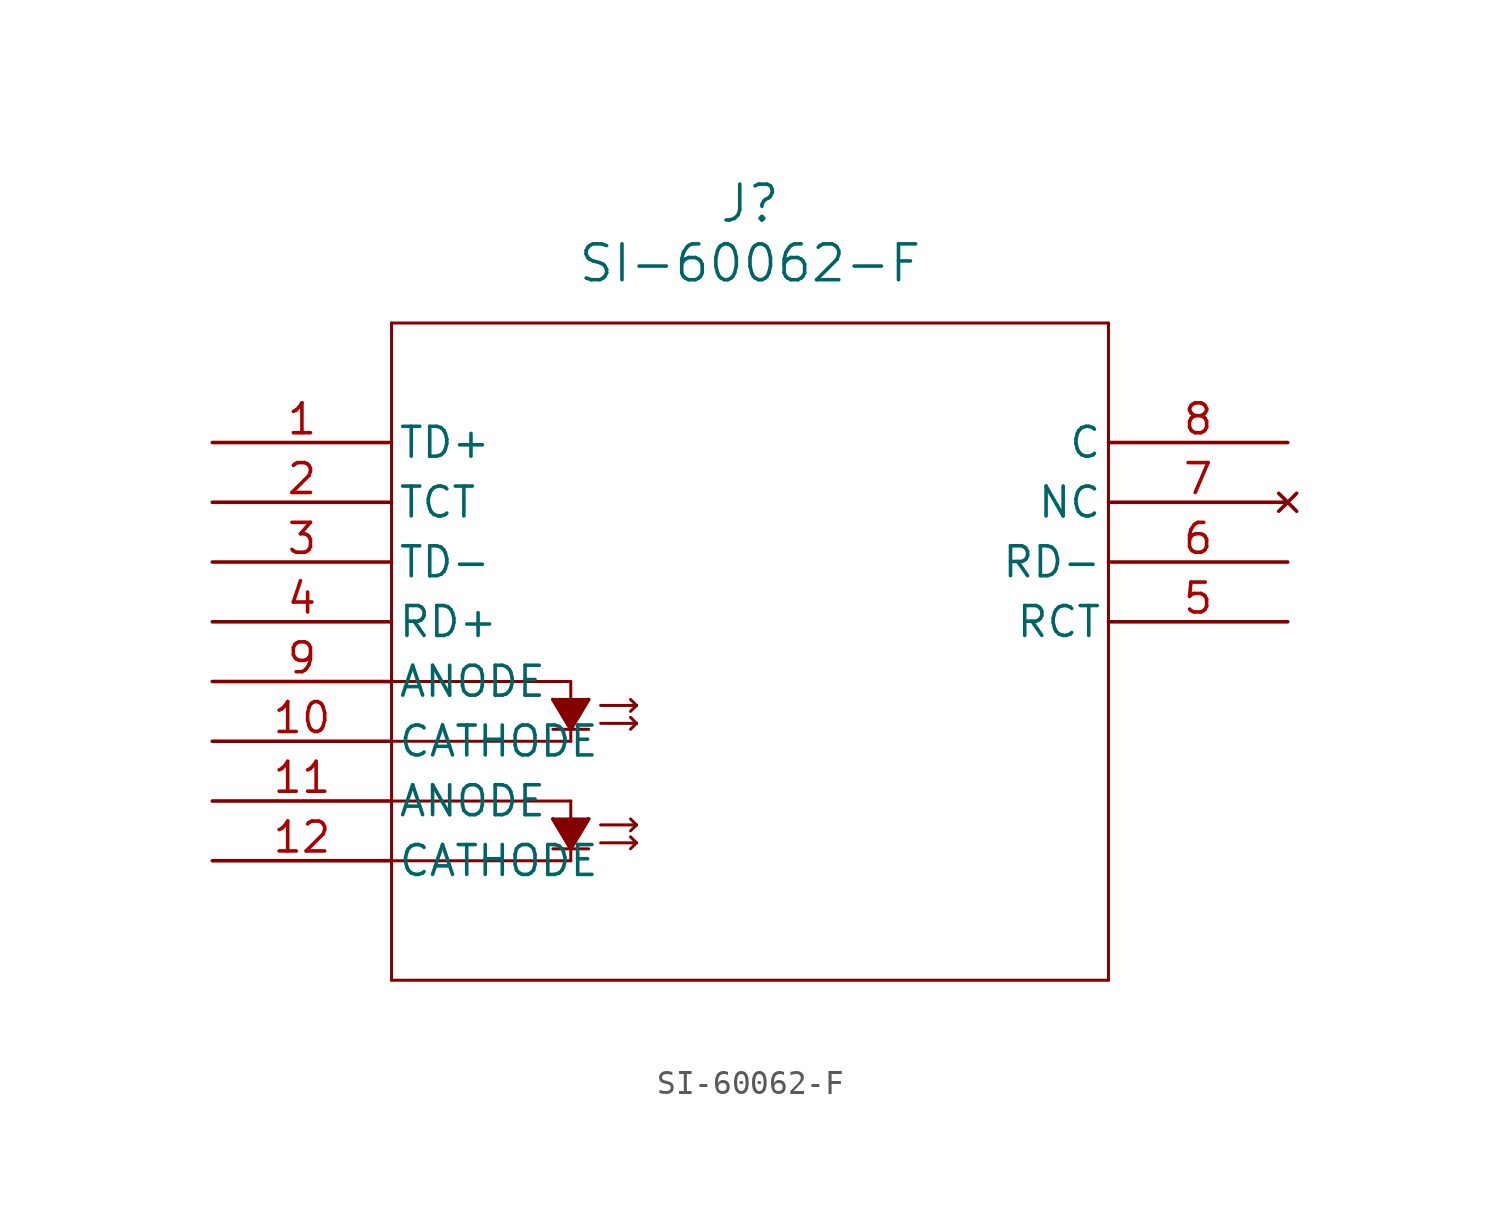
<source format=kicad_sym>
(kicad_symbol_lib
  (version 20211014)
  (generator kicad_symbol_editor)
  (symbol "SI-60062-F"
    (pin_names
      (offset 0.254))
    (property "Reference" "J"
      (at 22.86 10.16 0)
      (effects (font (size 1.524 1.524))))
    (property "Value" "SI-60062-F"
      (at 22.86 7.62 0)
      (effects (font (size 1.524 1.524))))
    (symbol "SI-60062-F_0_1"
      (polyline (pts (xy 7.62 5.08) (xy 7.62 -22.86)) (stroke (width 0.127) (type default) (color 0 0 0 0)) (fill (type none)))
      (polyline (pts (xy 7.62 -22.86) (xy 38.1 -22.86)) (stroke (width 0.127) (type default) (color 0 0 0 0)) (fill (type none)))
      (polyline (pts (xy 38.1 -22.86) (xy 38.1 5.08)) (stroke (width 0.127) (type default) (color 0 0 0 0)) (fill (type none)))
      (polyline (pts (xy 38.1 5.08) (xy 7.62 5.08)) (stroke (width 0.127) (type default) (color 0 0 0 0)) (fill (type none)))
      (polyline (pts (xy 7.62 -10.16) (xy 15.24 -10.16)) (stroke (width 0.127) (type default) (color 0 0 0 0)) (fill (type none)))
      (polyline (pts (xy 15.24 -10.16) (xy 15.24 -12.7)) (stroke (width 0.127) (type default) (color 0 0 0 0)) (fill (type none)))
      (polyline (pts (xy 15.24 -12.7) (xy 7.62 -12.7)) (stroke (width 0.127) (type default) (color 0 0 0 0)) (fill (type none)))
      (polyline (pts (xy 7.62 -15.24) (xy 15.24 -15.24)) (stroke (width 0.127) (type default) (color 0 0 0 0)) (fill (type none)))
      (polyline (pts (xy 15.24 -15.24) (xy 15.24 -17.78)) (stroke (width 0.127) (type default) (color 0 0 0 0)) (fill (type none)))
      (polyline (pts (xy 15.24 -17.78) (xy 7.62 -17.78)) (stroke (width 0.127) (type default) (color 0 0 0 0)) (fill (type none)))
      (polyline (pts (xy 14.478 -10.922) (xy 16.002 -10.922)) (stroke (width 0.127) (type default) (color 0 0 0 0)) (fill (type none)))
      (polyline (pts (xy 16.002 -10.922) (xy 15.24 -12.192)) (stroke (width 0.127) (type default) (color 0 0 0 0)) (fill (type none)))
      (polyline (pts (xy 15.24 -12.192) (xy 14.478 -10.922)) (stroke (width 0.127) (type default) (color 0 0 0 0)) (fill (type none)))
      (polyline (pts (xy 14.478 -12.192) (xy 16.002 -12.192)) (stroke (width 0.127) (type default) (color 0 0 0 0)) (fill (type none)))
      (polyline (pts (xy 14.478 -10.922) (xy 15.24 -12.192) (xy 16.002 -10.922)) (stroke (width 0) (type default) (color 0 0 0 0)) (fill (type outline)))
      (polyline (pts (xy 16.51 -11.176) (xy 18.034 -11.176)) (stroke (width 0.127) (type default) (color 0 0 0 0)) (fill (type none)))
      (polyline (pts (xy 16.51 -11.938) (xy 18.034 -11.938)) (stroke (width 0.127) (type default) (color 0 0 0 0)) (fill (type none)))
      (polyline (pts (xy 18.034 -11.176) (xy 17.78 -11.43)) (stroke (width 0.127) (type default) (color 0 0 0 0)) (fill (type none)))
      (polyline (pts (xy 18.034 -11.176) (xy 17.78 -10.922)) (stroke (width 0.127) (type default) (color 0 0 0 0)) (fill (type none)))
      (polyline (pts (xy 18.034 -11.938) (xy 17.78 -11.684)) (stroke (width 0.127) (type default) (color 0 0 0 0)) (fill (type none)))
      (polyline (pts (xy 18.034 -11.938) (xy 17.78 -12.192)) (stroke (width 0.127) (type default) (color 0 0 0 0)) (fill (type none)))
      (polyline (pts (xy 14.478 -16.002) (xy 16.002 -16.002)) (stroke (width 0.127) (type default) (color 0 0 0 0)) (fill (type none)))
      (polyline (pts (xy 16.002 -16.002) (xy 15.24 -17.272)) (stroke (width 0.127) (type default) (color 0 0 0 0)) (fill (type none)))
      (polyline (pts (xy 15.24 -17.272) (xy 14.478 -16.002)) (stroke (width 0.127) (type default) (color 0 0 0 0)) (fill (type none)))
      (polyline (pts (xy 14.478 -17.272) (xy 16.002 -17.272)) (stroke (width 0.127) (type default) (color 0 0 0 0)) (fill (type none)))
      (polyline (pts (xy 16.51 -16.256) (xy 18.034 -16.256)) (stroke (width 0.127) (type default) (color 0 0 0 0)) (fill (type none)))
      (polyline (pts (xy 16.51 -17.018) (xy 18.034 -17.018)) (stroke (width 0.127) (type default) (color 0 0 0 0)) (fill (type none)))
      (polyline (pts (xy 18.034 -16.256) (xy 17.78 -16.51)) (stroke (width 0.127) (type default) (color 0 0 0 0)) (fill (type none)))
      (polyline (pts (xy 18.034 -16.256) (xy 17.78 -16.002)) (stroke (width 0.127) (type default) (color 0 0 0 0)) (fill (type none)))
      (polyline (pts (xy 18.034 -17.018) (xy 17.78 -16.764)) (stroke (width 0.127) (type default) (color 0 0 0 0)) (fill (type none)))
      (polyline (pts (xy 18.034 -17.018) (xy 17.78 -17.272)) (stroke (width 0.127) (type default) (color 0 0 0 0)) (fill (type none)))
      (polyline (pts (xy 14.478 -16.002) (xy 15.24 -17.272) (xy 16.002 -16.002)) (stroke (width 0) (type default) (color 0 0 0 0)) (fill (type outline)))
      (pin unspecified line (at 0 0 0) (length 7.62) (name "TD+" (effects (font (size 1.27 1.27)))) (number "1" (effects (font (size 1.27 1.27)))))
      (pin unspecified line (at 0 -2.54 0) (length 7.62) (name "TCT" (effects (font (size 1.27 1.27)))) (number "2" (effects (font (size 1.27 1.27)))))
      (pin unspecified line (at 0 -5.08 0) (length 7.62) (name "TD-" (effects (font (size 1.27 1.27)))) (number "3" (effects (font (size 1.27 1.27)))))
      (pin unspecified line (at 0 -7.62 0) (length 7.62) (name "RD+" (effects (font (size 1.27 1.27)))) (number "4" (effects (font (size 1.27 1.27)))))
      (pin unspecified line (at 45.72 -7.62 180) (length 7.62) (name "RCT" (effects (font (size 1.27 1.27)))) (number "5" (effects (font (size 1.27 1.27)))))
      (pin unspecified line (at 45.72 -5.08 180) (length 7.62) (name "RD-" (effects (font (size 1.27 1.27)))) (number "6" (effects (font (size 1.27 1.27)))))
      (pin no_connect line (at 45.72 -2.54 180) (length 7.62) (name "NC" (effects (font (size 1.27 1.27)))) (number "7" (effects (font (size 1.27 1.27)))))
      (pin unspecified line (at 45.72 0 180) (length 7.62) (name "C" (effects (font (size 1.27 1.27)))) (number "8" (effects (font (size 1.27 1.27)))))
      (pin input line (at 0 -10.16 0) (length 7.62) (name "ANODE" (effects (font (size 1.27 1.27)))) (number "9" (effects (font (size 1.27 1.27)))))
      (pin output line (at 0 -12.7 0) (length 7.62) (name "CATHODE" (effects (font (size 1.27 1.27)))) (number "10" (effects (font (size 1.27 1.27)))))
      (pin input line (at 0 -15.24 0) (length 7.62) (name "ANODE" (effects (font (size 1.27 1.27)))) (number "11" (effects (font (size 1.27 1.27)))))
      (pin output line (at 0 -17.78 0) (length 7.62) (name "CATHODE" (effects (font (size 1.27 1.27)))) (number "12" (effects (font (size 1.27 1.27))))))))
</source>
